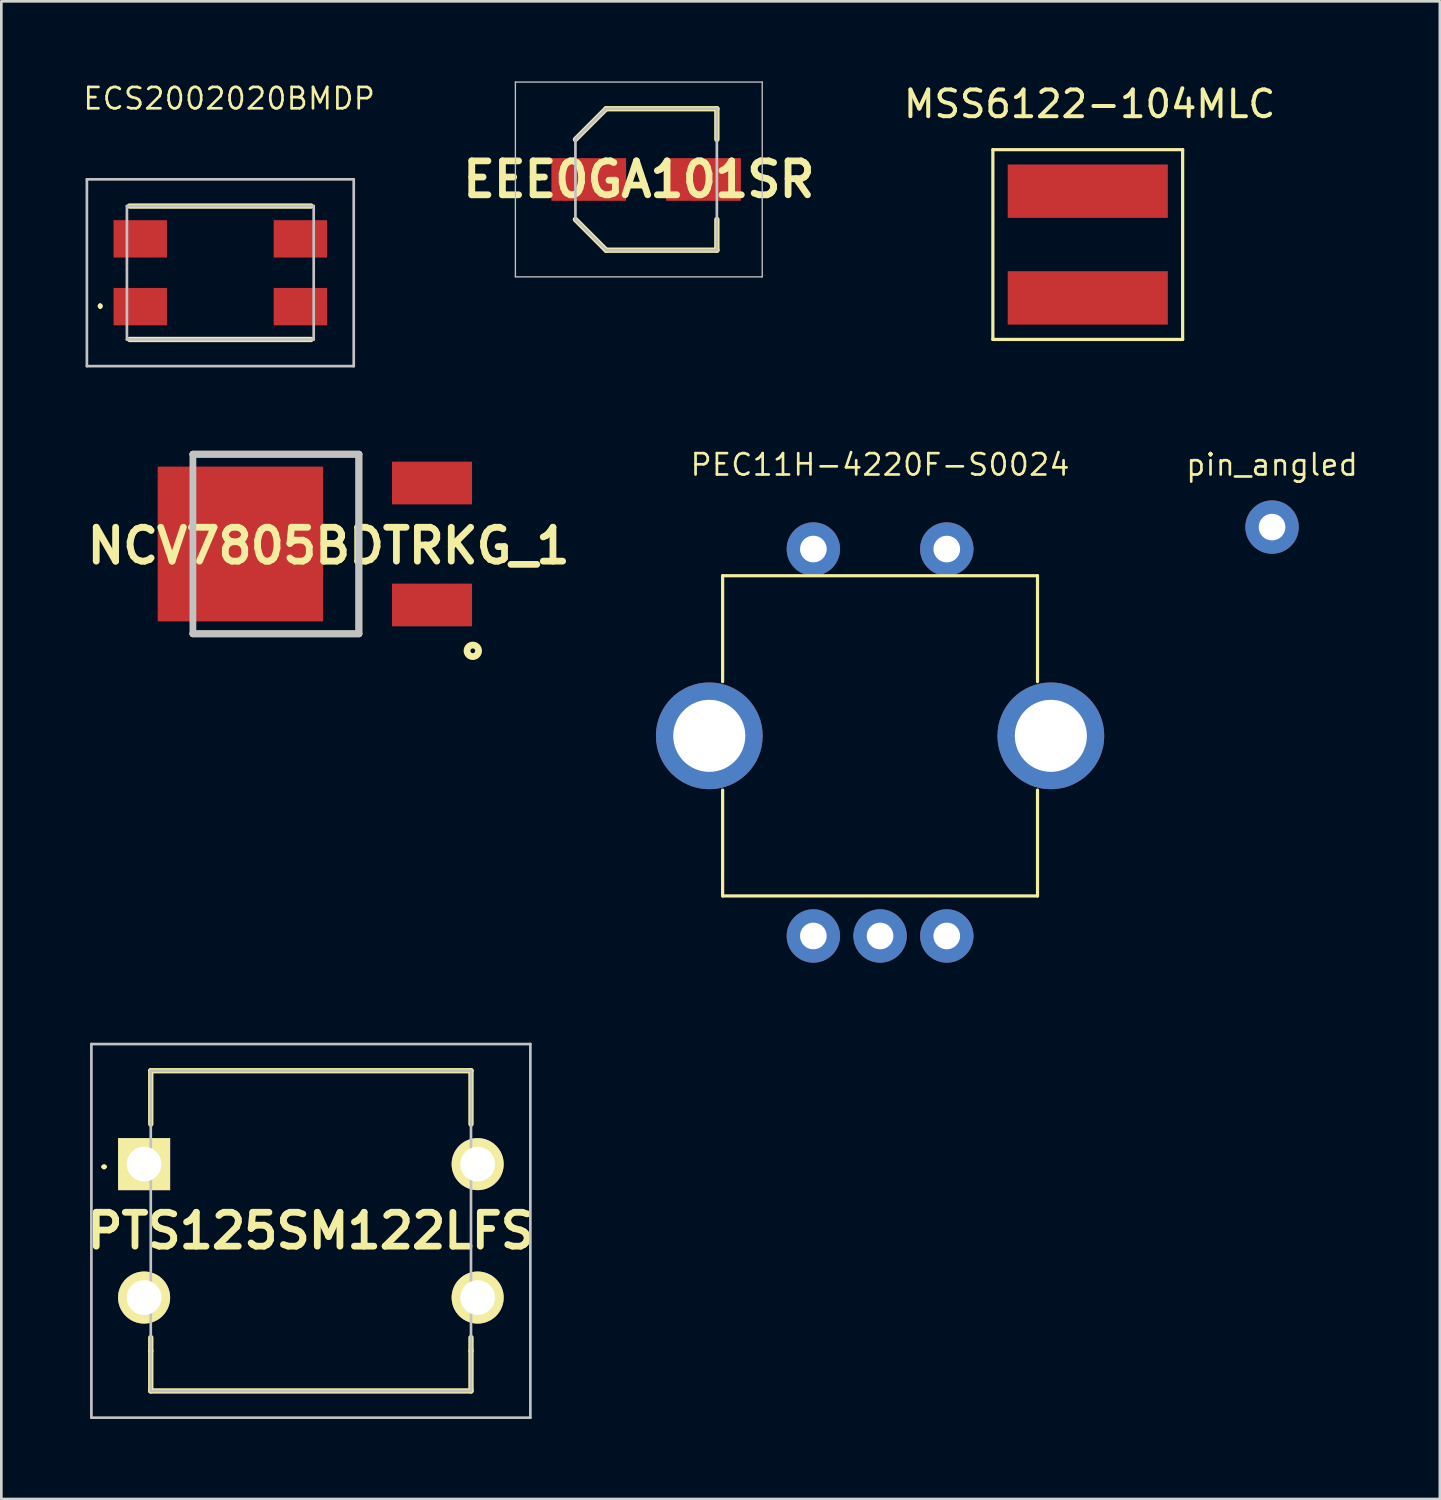
<source format=kicad_pcb>
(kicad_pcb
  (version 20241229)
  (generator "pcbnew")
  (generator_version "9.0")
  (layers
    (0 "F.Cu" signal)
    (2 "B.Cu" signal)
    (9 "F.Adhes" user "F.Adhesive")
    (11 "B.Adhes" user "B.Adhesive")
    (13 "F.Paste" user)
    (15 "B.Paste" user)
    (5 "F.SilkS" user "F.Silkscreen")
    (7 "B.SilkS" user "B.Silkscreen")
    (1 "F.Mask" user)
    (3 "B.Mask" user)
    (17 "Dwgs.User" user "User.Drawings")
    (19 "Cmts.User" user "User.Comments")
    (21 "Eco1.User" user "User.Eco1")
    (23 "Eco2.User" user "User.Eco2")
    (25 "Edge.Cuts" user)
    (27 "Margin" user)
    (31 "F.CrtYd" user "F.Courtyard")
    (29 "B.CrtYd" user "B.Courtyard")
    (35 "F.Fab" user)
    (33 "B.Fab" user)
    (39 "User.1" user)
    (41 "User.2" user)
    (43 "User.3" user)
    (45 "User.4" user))
  (footprint "MSS6122-104MLC"
    (layer "F.Cu")
    (at 37.713 6.114)
    (property "Reference" "MSS6122-104MLC" (at 0.069 -5.265 0) (layer "F.SilkS") (effects (font (size 1 1) (thickness 0.15))))
    (attr through_hole)
    (fp_line (start -3.556 -3.556) (end -3.556 3.556) (stroke (width 0.12) (type solid)) (layer "F.SilkS"))
    (fp_line (start -3.556 3.556) (end 3.556 3.556) (stroke (width 0.12) (type solid)) (layer "F.SilkS"))
    (fp_line (start 3.556 -3.556) (end -3.556 -3.556) (stroke (width 0.12) (type solid)) (layer "F.SilkS"))
    (fp_line (start 3.556 3.556) (end 3.556 -3.556) (stroke (width 0.12) (type solid)) (layer "F.SilkS"))
    (pad "1" smd rect (at 0 -2) (size 6 2) (layers "F.Cu" "F.Mask" "F.Paste"))
    (pad "2" smd rect (at 0 2) (size 6 2) (layers "F.Cu" "F.Mask" "F.Paste")))
  (footprint "PEC11H-4220F-S0024"
    (layer "F.Cu")
    (at 29.93 24.525)
    (property "Reference" "PEC11H-4220F-S0024" (at 0 -10.16 0) (layer "F.SilkS") (effects (font (size 0.8 0.8) (thickness 0.1))))
    (attr through_hole)
    (fp_line (start -5.9 -6) (end -5.9 -2.032) (stroke (width 0.12) (type solid)) (layer "F.SilkS"))
    (fp_line (start -5.9 -6) (end 5.9 -6) (stroke (width 0.12) (type solid)) (layer "F.SilkS"))
    (fp_line (start -5.9 6) (end -5.9 2.032) (stroke (width 0.12) (type solid)) (layer "F.SilkS"))
    (fp_line (start -5.9 6) (end 5.9 6) (stroke (width 0.12) (type solid)) (layer "F.SilkS"))
    (fp_line (start 5.9 -6) (end 5.9 -2.032) (stroke (width 0.12) (type solid)) (layer "F.SilkS"))
    (fp_line (start 5.9 6) (end 5.9 2.032) (stroke (width 0.12) (type solid)) (layer "F.SilkS"))
    (pad "" thru_hole circle (at -6.4 0) (size 4 4) (drill 2.7) (layers "*.Cu" "*.Mask"))
    (pad "" thru_hole circle (at 6.4 0) (size 4 4) (drill 2.7) (layers "*.Cu" "*.Mask"))
    (pad "A" thru_hole circle (at -2.5 7.5) (size 2 2) (drill 1) (layers "*.Cu" "*.Mask"))
    (pad "B" thru_hole circle (at 2.5 7.5) (size 2 2) (drill 1) (layers "*.Cu" "*.Mask"))
    (pad "C" thru_hole circle (at 0 7.5) (size 2 2) (drill 1) (layers "*.Cu" "*.Mask"))
    (pad "S1" thru_hole circle (at -2.5 -7) (size 2 2) (drill 1) (layers "*.Cu" "*.Mask"))
    (pad "S2" thru_hole circle (at 2.5 -7) (size 2 2) (drill 1) (layers "*.Cu" "*.Mask")))
  (footprint "PTS125SM122LFS"
    (layer "F.Cu")
    (at 2.35 40.575)
    (property "Reference" "PTS125SM122LFS" (at 6.25 2.5 0) (layer "F.SilkS") (effects (font (size 1.27 1.27) (thickness 0.254))))
    (attr through_hole)
    (fp_line (start -1.55 0.1) (end -1.55 0.1) (stroke (width 0.1) (type solid)) (layer "F.SilkS"))
    (fp_line (start -1.45 0.1) (end -1.45 0.1) (stroke (width 0.1) (type solid)) (layer "F.SilkS"))
    (fp_line (start 0.25 -3.5) (end 12.25 -3.5) (stroke (width 0.2) (type solid)) (layer "F.SilkS"))
    (fp_line (start 0.25 -1.5) (end 0.25 -3.5) (stroke (width 0.2) (type solid)) (layer "F.SilkS"))
    (fp_line (start 0.25 6.5) (end 0.25 7) (stroke (width 0.2) (type solid)) (layer "F.SilkS"))
    (fp_line (start 0.25 7) (end 0.25 8.5) (stroke (width 0.2) (type solid)) (layer "F.SilkS"))
    (fp_line (start 0.25 8.5) (end 12.25 8.5) (stroke (width 0.2) (type solid)) (layer "F.SilkS"))
    (fp_line (start 12.25 -3.5) (end 12.25 -1.5) (stroke (width 0.2) (type solid)) (layer "F.SilkS"))
    (fp_line (start 12.25 6.5) (end 12.25 7) (stroke (width 0.2) (type solid)) (layer "F.SilkS"))
    (fp_line (start 12.25 8.5) (end 12.25 7) (stroke (width 0.2) (type solid)) (layer "F.SilkS"))
    (fp_arc (start -1.55 0.1) (mid -1.5 0.05) (end -1.45 0.1) (stroke (width 0.1) (type solid)) (layer "F.SilkS"))
    (fp_arc (start -1.45 0.1) (mid -1.5 0.15) (end -1.55 0.1) (stroke (width 0.1) (type solid)) (layer "F.SilkS"))
    (fp_line (start -1.975 -4.5) (end 14.475 -4.5) (stroke (width 0.1) (type solid)) (layer "Dwgs.User"))
    (fp_line (start -1.975 9.5) (end -1.975 -4.5) (stroke (width 0.1) (type solid)) (layer "Dwgs.User"))
    (fp_line (start 0.25 -3.5) (end 12.25 -3.5) (stroke (width 0.1) (type solid)) (layer "Dwgs.User"))
    (fp_line (start 0.25 8.5) (end 0.25 -3.5) (stroke (width 0.1) (type solid)) (layer "Dwgs.User"))
    (fp_line (start 12.25 -3.5) (end 12.25 8.5) (stroke (width 0.1) (type solid)) (layer "Dwgs.User"))
    (fp_line (start 12.25 8.5) (end 0.25 8.5) (stroke (width 0.1) (type solid)) (layer "Dwgs.User"))
    (fp_line (start 14.475 -4.5) (end 14.475 9.5) (stroke (width 0.1) (type solid)) (layer "Dwgs.User"))
    (fp_line (start 14.475 9.5) (end -1.975 9.5) (stroke (width 0.1) (type solid)) (layer "Dwgs.User"))
    (pad "1" thru_hole rect (at 0 0 90) (size 1.95 1.95) (drill 1.3) (layers "*.Cu" "*.Mask" "F.SilkS"))
    (pad "2" thru_hole circle (at 12.5 0 90) (size 1.95 1.95) (drill 1.3) (layers "*.Cu" "*.Mask" "F.SilkS"))
    (pad "3" thru_hole circle (at 0 5 90) (size 1.95 1.95) (drill 1.3) (layers "*.Cu" "*.Mask" "F.SilkS"))
    (pad "4" thru_hole circle (at 12.5 5 90) (size 1.95 1.95) (drill 1.3) (layers "*.Cu" "*.Mask" "F.SilkS")))
  (footprint "NCV7805BDTRKG_1"
    (layer "F.Cu")
    (at 10.399 13.971)
    (property "Reference" "NCV7805BDTRKG_1" (at -1.134 3.433 0) (layer "F.SilkS") (effects (font (size 1.27 1.27) (thickness 0.254))))
    (attr smd)
    (fp_line (start -6.22 0) (end 0 0) (stroke (width 0.254) (type solid)) (layer "F.SilkS"))
    (fp_line (start 0 0) (end 0 6.73) (stroke (width 0.254) (type solid)) (layer "F.SilkS"))
    (fp_line (start 0 6.73) (end -6.22 6.73) (stroke (width 0.254) (type solid)) (layer "F.SilkS"))
    (fp_circle (center 4.269 7.368) (end 4.18 7.368) (stroke (width 0.254) (type solid)) (fill no) (layer "F.SilkS"))
    (fp_line (start -6.22 0) (end 0 0) (stroke (width 0.254) (type solid)) (layer "Dwgs.User"))
    (fp_line (start -6.22 6.73) (end -6.22 0) (stroke (width 0.254) (type solid)) (layer "Dwgs.User"))
    (fp_line (start 0 0) (end 0 6.73) (stroke (width 0.254) (type solid)) (layer "Dwgs.User"))
    (fp_line (start 0 6.73) (end -6.22 6.73) (stroke (width 0.254) (type solid)) (layer "Dwgs.User"))
    (pad "1" smd rect (at 2.74 5.65 90) (size 1.6 3) (layers "F.Cu" "F.Mask" "F.Paste"))
    (pad "2" smd rect (at 2.74 1.08 90) (size 1.6 3) (layers "F.Cu" "F.Mask" "F.Paste"))
    (pad "3" smd rect (at -4.44 3.365 90) (size 5.8 6.2) (layers "F.Cu" "F.Mask" "F.Paste")))
  (footprint "EEE0GA101SR"
    (layer "F.Cu")
    (at 21.164 3.675)
    (property "Reference" "EEE0GA101SR" (at -0.275 0 0) (layer "F.SilkS") (effects (font (size 1.27 1.27) (thickness 0.254))))
    (attr smd)
    (fp_line (start -4.025 0) (end -4.025 0) (stroke (width 0.05) (type solid)) (layer "F.SilkS"))
    (fp_line (start -3.975 0) (end -3.975 0) (stroke (width 0.05) (type solid)) (layer "F.SilkS"))
    (fp_line (start -2.65 -1.5) (end -1.5 -2.65) (stroke (width 0.2) (type solid)) (layer "F.SilkS"))
    (fp_line (start -2.65 1.5) (end -1.5 2.65) (stroke (width 0.2) (type solid)) (layer "F.SilkS"))
    (fp_line (start -1.5 -2.65) (end 2.65 -2.65) (stroke (width 0.2) (type solid)) (layer "F.SilkS"))
    (fp_line (start -1.5 2.65) (end 2.65 2.65) (stroke (width 0.2) (type solid)) (layer "F.SilkS"))
    (fp_line (start 2.65 -2.65) (end 2.65 -1.5) (stroke (width 0.2) (type solid)) (layer "F.SilkS"))
    (fp_line (start 2.65 2.65) (end 2.65 1.5) (stroke (width 0.2) (type solid)) (layer "F.SilkS"))
    (fp_arc (start -4.025 0) (mid -4 -0.025) (end -3.975 0) (stroke (width 0.05) (type solid)) (layer "F.SilkS"))
    (fp_arc (start -3.975 0) (mid -4 0.025) (end -4.025 0) (stroke (width 0.05) (type solid)) (layer "F.SilkS"))
    (fp_line (start -4.9 -3.65) (end 4.35 -3.65) (stroke (width 0.05) (type solid)) (layer "Dwgs.User"))
    (fp_line (start -4.9 3.65) (end -4.9 -3.65) (stroke (width 0.05) (type solid)) (layer "Dwgs.User"))
    (fp_line (start -2.65 -1.5) (end -1.5 -2.65) (stroke (width 0.1) (type solid)) (layer "Dwgs.User"))
    (fp_line (start -2.65 -1.5) (end -1.5 -2.65) (stroke (width 0.1) (type solid)) (layer "Dwgs.User"))
    (fp_line (start -2.65 1.5) (end -2.65 -1.5) (stroke (width 0.1) (type solid)) (layer "Dwgs.User"))
    (fp_line (start -1.5 -2.65) (end 2.65 -2.65) (stroke (width 0.1) (type solid)) (layer "Dwgs.User"))
    (fp_line (start -1.5 2.65) (end -2.65 1.5) (stroke (width 0.1) (type solid)) (layer "Dwgs.User"))
    (fp_line (start 2.65 -2.65) (end 2.65 2.65) (stroke (width 0.1) (type solid)) (layer "Dwgs.User"))
    (fp_line (start 2.65 2.65) (end -1.5 2.65) (stroke (width 0.1) (type solid)) (layer "Dwgs.User"))
    (fp_line (start 4.35 -3.65) (end 4.35 3.65) (stroke (width 0.05) (type solid)) (layer "Dwgs.User"))
    (fp_line (start 4.35 3.65) (end -4.9 3.65) (stroke (width 0.05) (type solid)) (layer "Dwgs.User"))
    (pad "1" smd rect (at -2.15 0 90) (size 1.6 2.8) (layers "F.Cu" "F.Mask" "F.Paste"))
    (pad "2" smd rect (at 2.15 0 90) (size 1.6 2.8) (layers "F.Cu" "F.Mask" "F.Paste")))
  (footprint "ECS2002020BMDP"
    (layer "F.Cu")
    (at 5.206 7.171)
    (property "Reference" "ECS2002020BMDP" (at 0.33 -6.528 0) (layer "F.SilkS") (effects (font (size 0.8 0.8) (thickness 0.1))))
    (attr smd)
    (fp_line (start -4.5 1.2) (end -4.5 1.2) (stroke (width 0.1) (type solid)) (layer "F.SilkS"))
    (fp_line (start -4.5 1.3) (end -4.5 1.3) (stroke (width 0.1) (type solid)) (layer "F.SilkS"))
    (fp_line (start -3.4 -2.5) (end 3.4 -2.5) (stroke (width 0.2) (type solid)) (layer "F.SilkS"))
    (fp_line (start -3.4 2.5) (end 3.4 2.5) (stroke (width 0.2) (type solid)) (layer "F.SilkS"))
    (fp_arc (start -4.5 1.2) (mid -4.45 1.25) (end -4.5 1.3) (stroke (width 0.1) (type solid)) (layer "F.SilkS"))
    (fp_arc (start -4.5 1.3) (mid -4.55 1.25) (end -4.5 1.2) (stroke (width 0.1) (type solid)) (layer "F.SilkS"))
    (fp_line (start -5 -3.5) (end 5 -3.5) (stroke (width 0.1) (type solid)) (layer "Dwgs.User"))
    (fp_line (start -5 3.5) (end -5 -3.5) (stroke (width 0.1) (type solid)) (layer "Dwgs.User"))
    (fp_line (start -3.5 -2.5) (end 3.5 -2.5) (stroke (width 0.1) (type solid)) (layer "Dwgs.User"))
    (fp_line (start -3.5 2.5) (end -3.5 -2.5) (stroke (width 0.1) (type solid)) (layer "Dwgs.User"))
    (fp_line (start 3.5 -2.5) (end 3.5 2.5) (stroke (width 0.1) (type solid)) (layer "Dwgs.User"))
    (fp_line (start 3.5 2.5) (end -3.5 2.5) (stroke (width 0.1) (type solid)) (layer "Dwgs.User"))
    (fp_line (start 5 -3.5) (end 5 3.5) (stroke (width 0.1) (type solid)) (layer "Dwgs.User"))
    (fp_line (start 5 3.5) (end -5 3.5) (stroke (width 0.1) (type solid)) (layer "Dwgs.User"))
    (pad "1" smd rect (at -3 1.27 90) (size 1.4 2) (layers "F.Cu" "F.Mask" "F.Paste"))
    (pad "2" smd rect (at 3 1.27 90) (size 1.4 2) (layers "F.Cu" "F.Mask" "F.Paste"))
    (pad "3" smd rect (at 3 -1.27 90) (size 1.4 2) (layers "F.Cu" "F.Mask" "F.Paste"))
    (pad "4" smd rect (at -3 -1.27 90) (size 1.4 2) (layers "F.Cu" "F.Mask" "F.Paste")))
  (footprint "pin_angled"
    (layer "F.Cu")
    (at 44.619 16.905)
    (property "Reference" "pin_angled" (at 0 -2.54 0) (layer "F.SilkS") (effects (font (size 0.8 0.8) (thickness 0.1))))
    (attr through_hole)
    (pad "1" thru_hole circle (at 0 -0.203) (size 2 2) (drill 1) (layers "*.Cu" "*.Mask")))
  (gr_rect
    (start -3 -3)
    (end 50.908 53.125)
    (stroke (width 0.1) (type default))
    (fill no)
    (layer "Edge.Cuts")))
</source>
